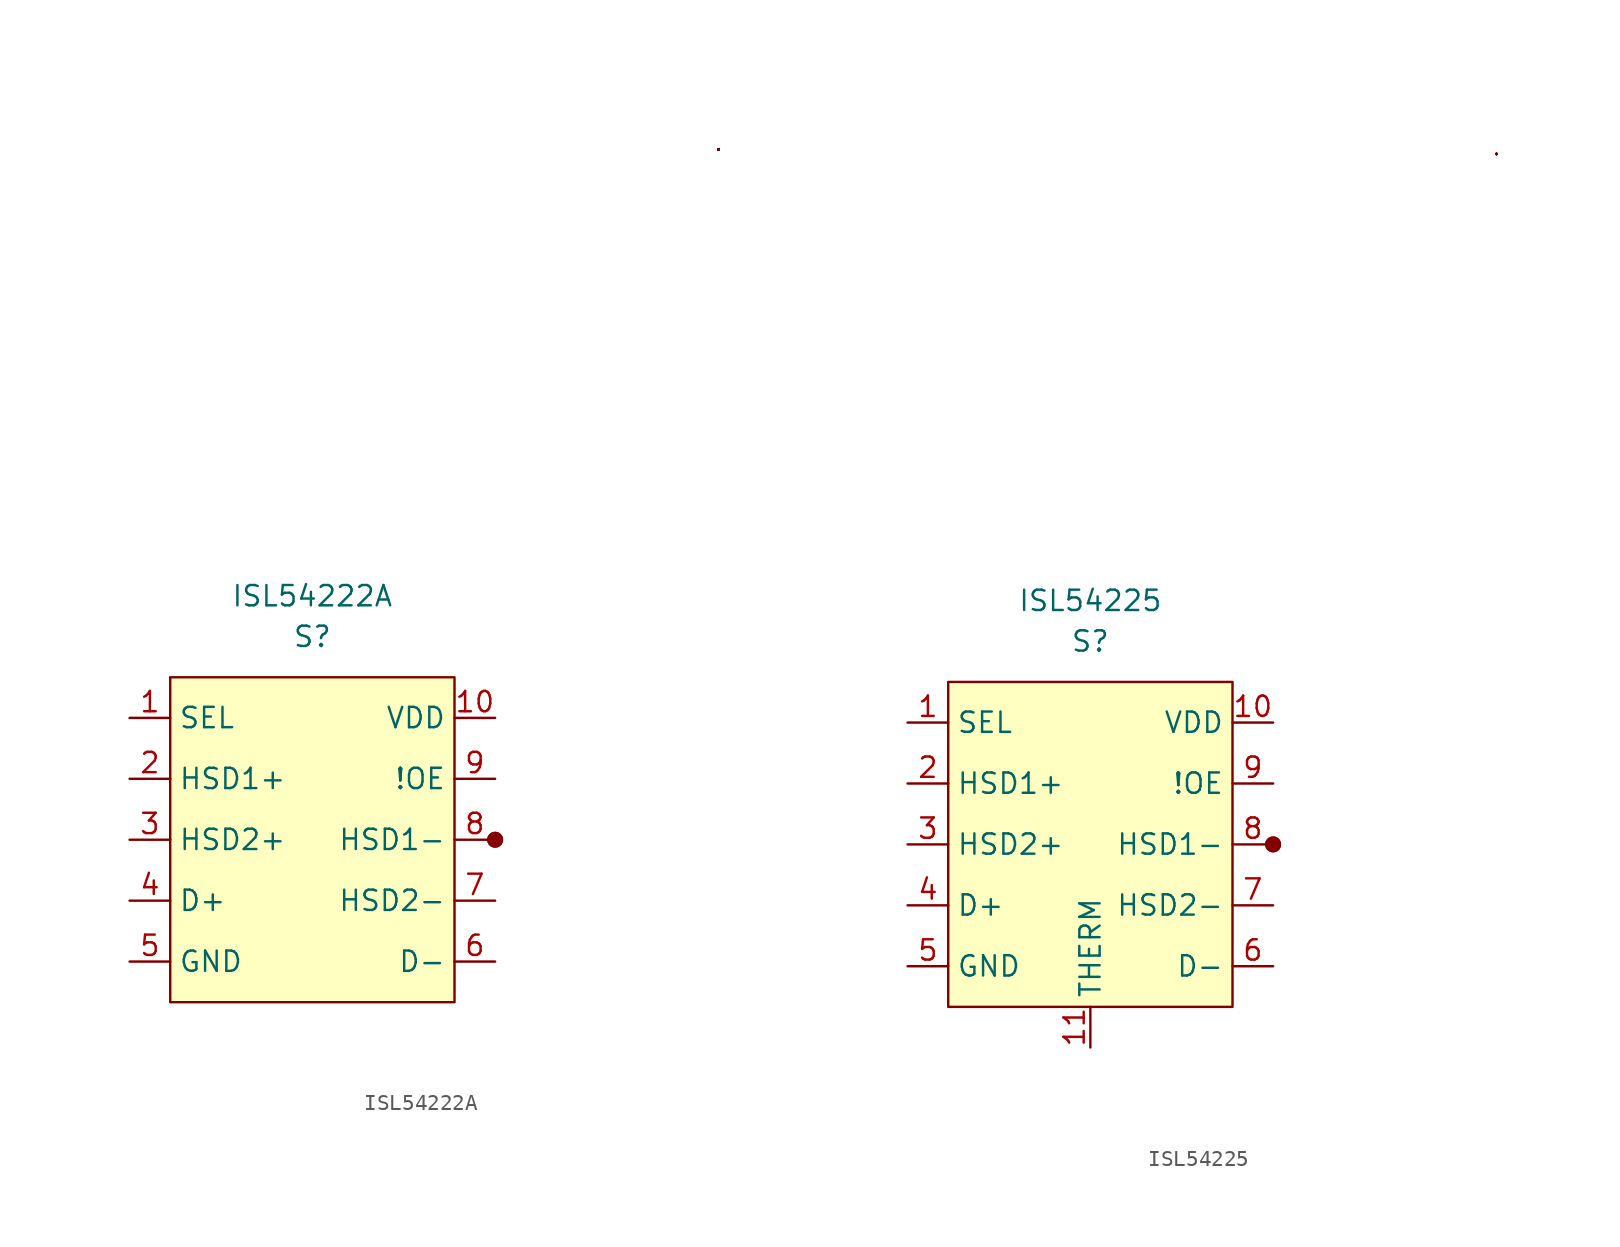
<source format=kicad_sym>
(kicad_symbol_lib
  (version 20211014)
  (generator kicad_symbol_editor)
  (symbol "ISL54222A"
    (property "Reference" "S"
      (at 0 5.08 0)
      (effects (font (size 1.27 1.27))))
    (property "Value" "ISL54222A"
      (at 0 7.62 0)
      (effects (font (size 1.27 1.27))))
    (symbol "ISL54222A_0_1"
      (rectangle (start -8.89 2.54) (end 8.89 -17.78) (stroke (width 0) (type default) (color 0 0 0 0)) (fill (type background)))
      (rectangle (start 11.43 -7.62) (end 11.43 -7.62) (stroke (width 0) (type default) (color 0 0 0 0)) (fill (type none)))
      (rectangle (start 11.43 -7.62) (end 11.43 -7.62) (stroke (width 0) (type default) (color 0 0 0 0)) (fill (type none)))
      (rectangle (start 11.43 -7.62) (end 11.43 -7.62) (stroke (width 0) (type default) (color 0 0 0 0)) (fill (type none)))
      (rectangle (start 11.43 -7.62) (end 11.43 -7.62) (stroke (width 0) (type default) (color 0 0 0 0)) (fill (type none)))
      (rectangle (start 11.43 -7.62) (end 11.43 -7.62) (stroke (width 0) (type default) (color 0 0 0 0)) (fill (type none)))
      (rectangle (start 11.43 -7.62) (end 11.43 -7.62) (stroke (width 0) (type default) (color 0 0 0 0)) (fill (type none)))
      (rectangle (start 11.43 -7.62) (end 11.43 -7.62) (stroke (width 0) (type default) (color 0 0 0 0)) (fill (type none)))
      (rectangle (start 11.43 -7.62) (end 11.43 -7.62) (stroke (width 1) (type default) (color 0 0 0 0)) (fill (type none)))
      (rectangle (start 11.43 -7.62) (end 11.43 -7.62) (stroke (width 1) (type default) (color 0 0 0 0)) (fill (type none)))
      (rectangle (start 25.4 35.56) (end 25.4 35.56) (stroke (width 0) (type default) (color 0 0 0 0)) (fill (type none)))
      (rectangle (start 25.4 35.56) (end 25.4 35.56) (stroke (width 0) (type default) (color 0 0 0 0)) (fill (type none)))
      (rectangle (start 25.4 35.56) (end 25.4 35.56) (stroke (width 0) (type default) (color 0 0 0 0)) (fill (type none)))
      (rectangle (start 25.4 35.56) (end 25.4 35.56) (stroke (width 0) (type default) (color 0 0 0 0)) (fill (type none)))
      (rectangle (start 25.4 35.56) (end 25.4 35.56) (stroke (width 0) (type default) (color 0 0 0 0)) (fill (type none)))
      (rectangle (start 25.4 35.56) (end 25.4 35.56) (stroke (width 0) (type default) (color 0 0 0 0)) (fill (type none)))
      (rectangle (start 25.4 35.56) (end 25.4 35.56) (stroke (width 0) (type default) (color 0 0 0 0)) (fill (type none)))
      (rectangle (start 25.4 35.56) (end 25.4 35.56) (stroke (width 0) (type default) (color 0 0 0 0)) (fill (type none)))
      (rectangle (start 25.4 35.56) (end 25.4 35.56) (stroke (width 0) (type default) (color 0 0 0 0)) (fill (type none)))
      (rectangle (start 25.4 35.56) (end 25.4 35.56) (stroke (width 0) (type default) (color 0 0 0 0)) (fill (type none)))
      (rectangle (start 25.4 35.56) (end 25.4 35.56) (stroke (width 0) (type default) (color 0 0 0 0)) (fill (type none)))
      (rectangle (start 25.4 35.56) (end 25.4 35.56) (stroke (width 0) (type default) (color 0 0 0 0)) (fill (type none)))
      (rectangle (start 25.4 35.56) (end 25.4 35.56) (stroke (width 0) (type default) (color 0 0 0 0)) (fill (type none)))
      (rectangle (start 25.4 35.56) (end 25.4 35.56) (stroke (width 0) (type default) (color 0 0 0 0)) (fill (type none)))
      (rectangle (start 25.4 35.56) (end 25.4 35.56) (stroke (width 0) (type default) (color 0 0 0 0)) (fill (type none)))
      (rectangle (start 25.4 35.56) (end 25.4 35.56) (stroke (width 0) (type default) (color 0 0 0 0)) (fill (type none)))
      (rectangle (start 25.4 35.56) (end 25.4 35.56) (stroke (width 0) (type default) (color 0 0 0 0)) (fill (type none)))
      (rectangle (start 25.4 35.56) (end 25.4 35.56) (stroke (width 0) (type default) (color 0 0 0 0)) (fill (type none)))
      (rectangle (start 25.4 35.56) (end 25.4 35.56) (stroke (width 0) (type default) (color 0 0 0 0)) (fill (type none)))
      (rectangle (start 25.4 35.56) (end 25.4 35.56) (stroke (width 0) (type default) (color 0 0 0 0)) (fill (type none)))
      (rectangle (start 25.4 35.56) (end 25.4 35.56) (stroke (width 0) (type default) (color 0 0 0 0)) (fill (type none)))
      (rectangle (start 25.4 35.56) (end 25.4 35.56) (stroke (width 0) (type default) (color 0 0 0 0)) (fill (type none)))
      (rectangle (start 25.4 35.56) (end 25.4 35.56) (stroke (width 0) (type default) (color 0 0 0 0)) (fill (type none)))
      (rectangle (start 25.4 35.56) (end 25.4 35.56) (stroke (width 0) (type default) (color 0 0 0 0)) (fill (type none)))
      (rectangle (start 25.4 35.56) (end 25.4 35.56) (stroke (width 0) (type default) (color 0 0 0 0)) (fill (type none)))
      (rectangle (start 25.4 35.56) (end 25.4 35.56) (stroke (width 0) (type default) (color 0 0 0 0)) (fill (type none)))
      (rectangle (start 25.4 35.56) (end 25.4 35.56) (stroke (width 0) (type default) (color 0 0 0 0)) (fill (type none))))
    (symbol "ISL54222A_1_1"
      (pin input line (at -11.43 0 0) (length 2.54) (name "SEL" (effects (font (size 1.27 1.27)))) (number "1" (effects (font (size 1.27 1.27)))))
      (pin input line (at 11.43 0 180) (length 2.54) (name "VDD" (effects (font (size 1.27 1.27)))) (number "10" (effects (font (size 1.27 1.27)))))
      (pin output line (at -11.43 -3.81 0) (length 2.54) (name "HSD1+" (effects (font (size 1.27 1.27)))) (number "2" (effects (font (size 1.27 1.27)))))
      (pin output line (at -11.43 -7.62 0) (length 2.54) (name "HSD2+" (effects (font (size 1.27 1.27)))) (number "3" (effects (font (size 1.27 1.27)))))
      (pin input line (at -11.43 -11.43 0) (length 2.54) (name "D+" (effects (font (size 1.27 1.27)))) (number "4" (effects (font (size 1.27 1.27)))))
      (pin passive line (at -11.43 -15.24 0) (length 2.54) (name "GND" (effects (font (size 1.27 1.27)))) (number "5" (effects (font (size 1.27 1.27)))))
      (pin input line (at 11.43 -15.24 180) (length 2.54) (name "D-" (effects (font (size 1.27 1.27)))) (number "6" (effects (font (size 1.27 1.27)))))
      (pin output line (at 11.43 -11.43 180) (length 2.54) (name "HSD2-" (effects (font (size 1.27 1.27)))) (number "7" (effects (font (size 1.27 1.27)))))
      (pin output line (at 11.43 -7.62 180) (length 2.54) (name "HSD1-" (effects (font (size 1.27 1.27)))) (number "8" (effects (font (size 1.27 1.27)))))
      (pin input line (at 11.43 -3.81 180) (length 2.54) (name "!OE" (effects (font (size 1.27 1.27)))) (number "9" (effects (font (size 1.27 1.27)))))))
  (symbol "ISL54225"
    (property "Reference" "S"
      (at 0 5.08 0)
      (effects (font (size 1.27 1.27))))
    (property "Value" "ISL54225"
      (at 0 7.62 0)
      (effects (font (size 1.27 1.27))))
    (symbol "ISL54225_0_1"
      (rectangle (start -8.89 2.54) (end 8.89 -17.78) (stroke (width 0) (type default) (color 0 0 0 0)) (fill (type background)))
      (rectangle (start 11.43 -7.62) (end 11.43 -7.62) (stroke (width 0) (type default) (color 0 0 0 0)) (fill (type none)))
      (rectangle (start 11.43 -7.62) (end 11.43 -7.62) (stroke (width 0) (type default) (color 0 0 0 0)) (fill (type none)))
      (rectangle (start 11.43 -7.62) (end 11.43 -7.62) (stroke (width 0) (type default) (color 0 0 0 0)) (fill (type none)))
      (rectangle (start 11.43 -7.62) (end 11.43 -7.62) (stroke (width 0) (type default) (color 0 0 0 0)) (fill (type none)))
      (rectangle (start 11.43 -7.62) (end 11.43 -7.62) (stroke (width 0) (type default) (color 0 0 0 0)) (fill (type none)))
      (rectangle (start 11.43 -7.62) (end 11.43 -7.62) (stroke (width 0) (type default) (color 0 0 0 0)) (fill (type none)))
      (rectangle (start 11.43 -7.62) (end 11.43 -7.62) (stroke (width 0) (type default) (color 0 0 0 0)) (fill (type none)))
      (rectangle (start 11.43 -7.62) (end 11.43 -7.62) (stroke (width 1) (type default) (color 0 0 0 0)) (fill (type none)))
      (rectangle (start 11.43 -7.62) (end 11.43 -7.62) (stroke (width 1) (type default) (color 0 0 0 0)) (fill (type none)))
      (rectangle (start 25.4 35.56) (end 25.4 35.56) (stroke (width 0) (type default) (color 0 0 0 0)) (fill (type none)))
      (rectangle (start 25.4 35.56) (end 25.4 35.56) (stroke (width 0) (type default) (color 0 0 0 0)) (fill (type none)))
      (rectangle (start 25.4 35.56) (end 25.4 35.56) (stroke (width 0) (type default) (color 0 0 0 0)) (fill (type none)))
      (rectangle (start 25.4 35.56) (end 25.4 35.56) (stroke (width 0) (type default) (color 0 0 0 0)) (fill (type none)))
      (rectangle (start 25.4 35.56) (end 25.4 35.56) (stroke (width 0) (type default) (color 0 0 0 0)) (fill (type none)))
      (rectangle (start 25.4 35.56) (end 25.4 35.56) (stroke (width 0) (type default) (color 0 0 0 0)) (fill (type none)))
      (rectangle (start 25.4 35.56) (end 25.4 35.56) (stroke (width 0) (type default) (color 0 0 0 0)) (fill (type none)))
      (rectangle (start 25.4 35.56) (end 25.4 35.56) (stroke (width 0) (type default) (color 0 0 0 0)) (fill (type none)))
      (rectangle (start 25.4 35.56) (end 25.4 35.56) (stroke (width 0) (type default) (color 0 0 0 0)) (fill (type none)))
      (rectangle (start 25.4 35.56) (end 25.4 35.56) (stroke (width 0) (type default) (color 0 0 0 0)) (fill (type none)))
      (rectangle (start 25.4 35.56) (end 25.4 35.56) (stroke (width 0) (type default) (color 0 0 0 0)) (fill (type none)))
      (rectangle (start 25.4 35.56) (end 25.4 35.56) (stroke (width 0) (type default) (color 0 0 0 0)) (fill (type none)))
      (rectangle (start 25.4 35.56) (end 25.4 35.56) (stroke (width 0) (type default) (color 0 0 0 0)) (fill (type none)))
      (rectangle (start 25.4 35.56) (end 25.4 35.56) (stroke (width 0) (type default) (color 0 0 0 0)) (fill (type none)))
      (rectangle (start 25.4 35.56) (end 25.4 35.56) (stroke (width 0) (type default) (color 0 0 0 0)) (fill (type none)))
      (rectangle (start 25.4 35.56) (end 25.4 35.56) (stroke (width 0) (type default) (color 0 0 0 0)) (fill (type none)))
      (rectangle (start 25.4 35.56) (end 25.4 35.56) (stroke (width 0) (type default) (color 0 0 0 0)) (fill (type none)))
      (rectangle (start 25.4 35.56) (end 25.4 35.56) (stroke (width 0) (type default) (color 0 0 0 0)) (fill (type none)))
      (rectangle (start 25.4 35.56) (end 25.4 35.56) (stroke (width 0) (type default) (color 0 0 0 0)) (fill (type none)))
      (rectangle (start 25.4 35.56) (end 25.4 35.56) (stroke (width 0) (type default) (color 0 0 0 0)) (fill (type none)))
      (rectangle (start 25.4 35.56) (end 25.4 35.56) (stroke (width 0) (type default) (color 0 0 0 0)) (fill (type none)))
      (rectangle (start 25.4 35.56) (end 25.4 35.56) (stroke (width 0) (type default) (color 0 0 0 0)) (fill (type none)))
      (rectangle (start 25.4 35.56) (end 25.4 35.56) (stroke (width 0) (type default) (color 0 0 0 0)) (fill (type none)))
      (rectangle (start 25.4 35.56) (end 25.4 35.56) (stroke (width 0) (type default) (color 0 0 0 0)) (fill (type none)))
      (rectangle (start 25.4 35.56) (end 25.4 35.56) (stroke (width 0) (type default) (color 0 0 0 0)) (fill (type none)))
      (rectangle (start 25.4 35.56) (end 25.4 35.56) (stroke (width 0) (type default) (color 0 0 0 0)) (fill (type none)))
      (rectangle (start 25.4 35.56) (end 25.4 35.56) (stroke (width 0) (type default) (color 0 0 0 0)) (fill (type none))))
    (symbol "ISL54225_1_1"
      (pin input line (at -11.43 0 0) (length 2.54) (name "SEL" (effects (font (size 1.27 1.27)))) (number "1" (effects (font (size 1.27 1.27)))))
      (pin input line (at 11.43 0 180) (length 2.54) (name "VDD" (effects (font (size 1.27 1.27)))) (number "10" (effects (font (size 1.27 1.27)))))
      (pin input line (at 0 -20.32 90) (length 2.54) (name "THERM" (effects (font (size 1.27 1.27)))) (number "11" (effects (font (size 1.27 1.27)))))
      (pin output line (at -11.43 -3.81 0) (length 2.54) (name "HSD1+" (effects (font (size 1.27 1.27)))) (number "2" (effects (font (size 1.27 1.27)))))
      (pin output line (at -11.43 -7.62 0) (length 2.54) (name "HSD2+" (effects (font (size 1.27 1.27)))) (number "3" (effects (font (size 1.27 1.27)))))
      (pin input line (at -11.43 -11.43 0) (length 2.54) (name "D+" (effects (font (size 1.27 1.27)))) (number "4" (effects (font (size 1.27 1.27)))))
      (pin passive line (at -11.43 -15.24 0) (length 2.54) (name "GND" (effects (font (size 1.27 1.27)))) (number "5" (effects (font (size 1.27 1.27)))))
      (pin input line (at 11.43 -15.24 180) (length 2.54) (name "D-" (effects (font (size 1.27 1.27)))) (number "6" (effects (font (size 1.27 1.27)))))
      (pin output line (at 11.43 -11.43 180) (length 2.54) (name "HSD2-" (effects (font (size 1.27 1.27)))) (number "7" (effects (font (size 1.27 1.27)))))
      (pin output line (at 11.43 -7.62 180) (length 2.54) (name "HSD1-" (effects (font (size 1.27 1.27)))) (number "8" (effects (font (size 1.27 1.27)))))
      (pin input line (at 11.43 -3.81 180) (length 2.54) (name "!OE" (effects (font (size 1.27 1.27)))) (number "9" (effects (font (size 1.27 1.27))))))))
</source>
